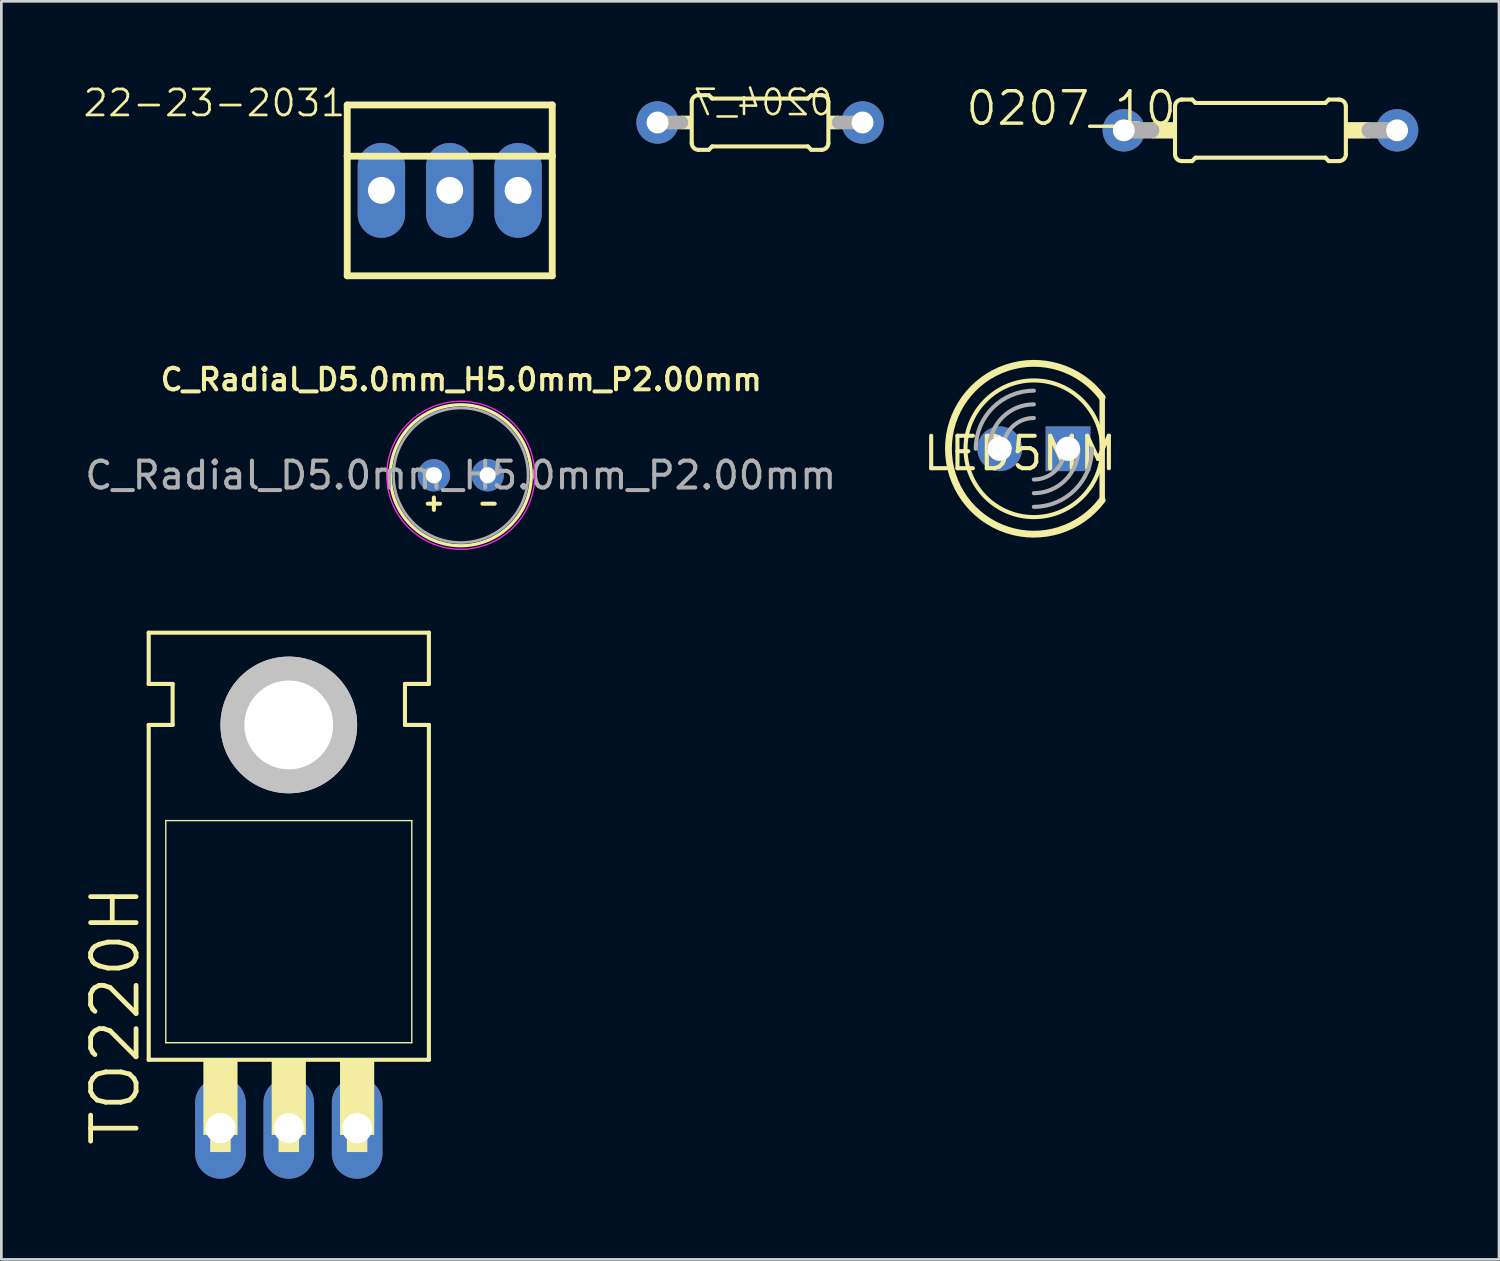
<source format=kicad_pcb>
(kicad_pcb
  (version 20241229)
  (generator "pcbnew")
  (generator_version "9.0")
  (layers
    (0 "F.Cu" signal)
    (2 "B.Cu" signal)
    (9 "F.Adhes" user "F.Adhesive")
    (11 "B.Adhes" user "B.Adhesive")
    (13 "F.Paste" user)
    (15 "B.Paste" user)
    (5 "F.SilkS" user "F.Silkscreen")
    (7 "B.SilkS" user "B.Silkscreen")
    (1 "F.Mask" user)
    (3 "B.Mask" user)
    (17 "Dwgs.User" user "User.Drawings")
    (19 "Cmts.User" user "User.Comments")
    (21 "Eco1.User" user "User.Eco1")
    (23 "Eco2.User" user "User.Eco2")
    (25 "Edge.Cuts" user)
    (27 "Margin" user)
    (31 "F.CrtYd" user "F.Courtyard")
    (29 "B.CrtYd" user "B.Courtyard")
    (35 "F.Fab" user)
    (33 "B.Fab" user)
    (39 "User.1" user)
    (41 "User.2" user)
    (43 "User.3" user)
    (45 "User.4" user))
  (footprint "22-23-2031"
    (layer "F.Cu")
    (at 13.666 4.026)
    (property "Reference" "22-23-2031" (at -3.81 -3.81 0) (layer "F.SilkS") (effects (font (size 0.965 0.965) (thickness 0.102)) (justify right top)))
    (attr through_hole)
    (fp_line (start -3.81 -3.175) (end 3.81 -3.175) (stroke (width 0.254) (type solid)) (layer "F.SilkS"))
    (fp_line (start -3.81 -1.27) (end -3.81 -3.175) (stroke (width 0.254) (type solid)) (layer "F.SilkS"))
    (fp_line (start -3.81 -1.27) (end 3.81 -1.27) (stroke (width 0.254) (type solid)) (layer "F.SilkS"))
    (fp_line (start -3.81 3.175) (end -3.81 -1.27) (stroke (width 0.254) (type solid)) (layer "F.SilkS"))
    (fp_line (start 3.81 -3.175) (end 3.81 -1.27) (stroke (width 0.254) (type solid)) (layer "F.SilkS"))
    (fp_line (start 3.81 -1.27) (end 3.81 3.175) (stroke (width 0.254) (type solid)) (layer "F.SilkS"))
    (fp_line (start 3.81 3.175) (end -3.81 3.175) (stroke (width 0.254) (type solid)) (layer "F.SilkS"))
    (pad "1" thru_hole oval (at -2.54 0 90) (size 3.524 1.762) (drill 1) (layers "*.Cu" "*.Mask"))
    (pad "2" thru_hole oval (at 0 0 90) (size 3.524 1.762) (drill 1) (layers "*.Cu" "*.Mask"))
    (pad "3" thru_hole oval (at 2.54 0 90) (size 3.524 1.762) (drill 1) (layers "*.Cu" "*.Mask")))
  (footprint "TO220H"
    (layer "F.Cu")
    (at 7.684 28.721)
    (property "Reference" "TO220H" (at -5.461 10.922 90) (layer "F.SilkS") (effects (font (size 1.689 1.689) (thickness 0.178)) (justify left bottom)))
    (attr through_hole)
    (fp_line (start -5.207 -6.35) (end -5.207 -8.255) (stroke (width 0.152) (type solid)) (layer "F.SilkS"))
    (fp_line (start -5.207 -4.826) (end -4.318 -4.826) (stroke (width 0.152) (type solid)) (layer "F.SilkS"))
    (fp_line (start -5.207 7.62) (end -5.207 -4.826) (stroke (width 0.152) (type solid)) (layer "F.SilkS"))
    (fp_line (start -5.207 7.62) (end 5.207 7.62) (stroke (width 0.152) (type solid)) (layer "F.SilkS"))
    (fp_line (start -4.572 6.985) (end -4.572 -1.27) (stroke (width 0.051) (type solid)) (layer "F.SilkS"))
    (fp_line (start -4.572 6.985) (end 4.572 6.985) (stroke (width 0.051) (type solid)) (layer "F.SilkS"))
    (fp_line (start -4.318 -6.35) (end -5.207 -6.35) (stroke (width 0.152) (type solid)) (layer "F.SilkS"))
    (fp_line (start -4.318 -4.826) (end -4.318 -6.35) (stroke (width 0.152) (type solid)) (layer "F.SilkS"))
    (fp_line (start 4.318 -6.35) (end 5.207 -6.35) (stroke (width 0.152) (type solid)) (layer "F.SilkS"))
    (fp_line (start 4.318 -4.826) (end 4.318 -6.35) (stroke (width 0.152) (type solid)) (layer "F.SilkS"))
    (fp_line (start 4.572 -1.27) (end -4.572 -1.27) (stroke (width 0.051) (type solid)) (layer "F.SilkS"))
    (fp_line (start 4.572 -1.27) (end 4.572 6.985) (stroke (width 0.051) (type solid)) (layer "F.SilkS"))
    (fp_line (start 5.207 -8.255) (end -5.207 -8.255) (stroke (width 0.152) (type solid)) (layer "F.SilkS"))
    (fp_line (start 5.207 -6.35) (end 5.207 -8.255) (stroke (width 0.152) (type solid)) (layer "F.SilkS"))
    (fp_line (start 5.207 -4.826) (end 4.318 -4.826) (stroke (width 0.152) (type solid)) (layer "F.SilkS"))
    (fp_line (start 5.207 7.62) (end 5.207 -4.826) (stroke (width 0.152) (type solid)) (layer "F.SilkS"))
    (fp_circle (center 0 -4.826) (end 1.803 -4.826) (stroke (width 0.152) (type solid)) (fill no) (layer "F.SilkS"))
    (fp_poly (pts (xy -3.175 10.414) (xy -1.905 10.414) (xy -1.905 7.62) (xy -3.175 7.62)) (stroke (width 0) (type solid)) (fill yes) (layer "F.SilkS"))
    (fp_poly (pts (xy -2.921 11.049) (xy -2.159 11.049) (xy -2.159 10.414) (xy -2.921 10.414)) (stroke (width 0) (type solid)) (fill yes) (layer "F.SilkS"))
    (fp_poly (pts (xy -0.635 10.414) (xy 0.635 10.414) (xy 0.635 7.62) (xy -0.635 7.62)) (stroke (width 0) (type solid)) (fill yes) (layer "F.SilkS"))
    (fp_poly (pts (xy -0.381 11.049) (xy 0.381 11.049) (xy 0.381 10.414) (xy -0.381 10.414)) (stroke (width 0) (type solid)) (fill yes) (layer "F.SilkS"))
    (fp_poly (pts (xy 1.905 10.414) (xy 3.175 10.414) (xy 3.175 7.62) (xy 1.905 7.62)) (stroke (width 0) (type solid)) (fill yes) (layer "F.SilkS"))
    (fp_poly (pts (xy 2.159 11.049) (xy 2.921 11.049) (xy 2.921 10.414) (xy 2.159 10.414)) (stroke (width 0) (type solid)) (fill yes) (layer "F.SilkS"))
    (fp_circle (center 0 -4.826) (end 2.54 -4.826) (stroke (width 0) (type solid)) (fill yes) (layer "Dwgs.User"))
    (fp_circle (center 0 -4.826) (end 2.54 -4.826) (stroke (width 0) (type solid)) (fill yes) (layer "Dwgs.User"))
    (pad "" np_thru_hole circle (at 0 -4.826) (size 3.302 3.302) (drill 3.302) (layers "*.Cu" "*.Mask"))
    (pad "1" thru_hole oval (at -2.54 10.16 90) (size 3.759 1.88) (drill 1.118) (layers "*.Cu" "*.Mask"))
    (pad "2" thru_hole oval (at 0 10.16 90) (size 3.759 1.88) (drill 1.118) (layers "*.Cu" "*.Mask"))
    (pad "3" thru_hole oval (at 2.54 10.16 90) (size 3.759 1.88) (drill 1.118) (layers "*.Cu" "*.Mask")))
  (footprint "0204_7"
    (layer "F.Cu")
    (at 25.2 1.503)
    (property "Reference" "0204_7" (at -2.54 -1.295 180) (layer "F.SilkS") (effects (font (size 0.941 0.941) (thickness 0.094)) (justify right top mirror)))
    (attr through_hole)
    (fp_line (start -2.54 0.762) (end -2.54 -0.762) (stroke (width 0.152) (type solid)) (layer "F.SilkS"))
    (fp_line (start -2.286 -1.016) (end -1.905 -1.016) (stroke (width 0.152) (type solid)) (layer "F.SilkS"))
    (fp_line (start -2.286 1.016) (end -1.905 1.016) (stroke (width 0.152) (type solid)) (layer "F.SilkS"))
    (fp_line (start -1.778 -0.889) (end -1.905 -1.016) (stroke (width 0.152) (type solid)) (layer "F.SilkS"))
    (fp_line (start -1.778 0.889) (end -1.905 1.016) (stroke (width 0.152) (type solid)) (layer "F.SilkS"))
    (fp_line (start 1.778 -0.889) (end -1.778 -0.889) (stroke (width 0.152) (type solid)) (layer "F.SilkS"))
    (fp_line (start 1.778 -0.889) (end 1.905 -1.016) (stroke (width 0.152) (type solid)) (layer "F.SilkS"))
    (fp_line (start 1.778 0.889) (end -1.778 0.889) (stroke (width 0.152) (type solid)) (layer "F.SilkS"))
    (fp_line (start 1.778 0.889) (end 1.905 1.016) (stroke (width 0.152) (type solid)) (layer "F.SilkS"))
    (fp_line (start 2.286 -1.016) (end 1.905 -1.016) (stroke (width 0.152) (type solid)) (layer "F.SilkS"))
    (fp_line (start 2.286 1.016) (end 1.905 1.016) (stroke (width 0.152) (type solid)) (layer "F.SilkS"))
    (fp_line (start 2.54 0.762) (end 2.54 -0.762) (stroke (width 0.152) (type solid)) (layer "F.SilkS"))
    (fp_arc (start -2.54 -0.762) (mid -2.465605 -0.941605) (end -2.286 -1.016) (stroke (width 0.1524) (type solid)) (layer "F.SilkS"))
    (fp_arc (start -2.286 1.016) (mid -2.465605 0.941605) (end -2.54 0.762) (stroke (width 0.1524) (type solid)) (layer "F.SilkS"))
    (fp_arc (start 2.286 -1.016) (mid 2.465605 -0.941605) (end 2.54 -0.762) (stroke (width 0.1524) (type solid)) (layer "F.SilkS"))
    (fp_arc (start 2.54 0.762) (mid 2.465605 0.941605) (end 2.286 1.016) (stroke (width 0.1524) (type solid)) (layer "F.SilkS"))
    (fp_poly (pts (xy -2.921 0.254) (xy -2.54 0.254) (xy -2.54 -0.254) (xy -2.921 -0.254)) (stroke (width 0) (type solid)) (fill yes) (layer "F.SilkS"))
    (fp_poly (pts (xy 2.54 0.254) (xy 2.921 0.254) (xy 2.921 -0.254) (xy 2.54 -0.254)) (stroke (width 0) (type solid)) (fill yes) (layer "F.SilkS"))
    (fp_line (start -3.81 0) (end -2.921 0) (stroke (width 0.508) (type solid)) (layer "F.Fab"))
    (fp_line (start 3.81 0) (end 2.921 0) (stroke (width 0.508) (type solid)) (layer "F.Fab"))
    (pad "1" thru_hole circle (at -3.81 0) (size 1.575 1.575) (drill 0.813) (layers "*.Cu" "*.Mask"))
    (pad "2" thru_hole circle (at 3.81 0) (size 1.575 1.575) (drill 0.813) (layers "*.Cu" "*.Mask")))
  (footprint "LED5MM"
    (layer "F.Cu")
    (at 35.377 13.63)
    (property "Reference" "LED5MM" (at 3.175 -0.533 0) (layer "F.SilkS") (effects (font (size 1.206 1.206) (thickness 0.152)) (justify right top)))
    (attr through_hole)
    (fp_line (start 2.54 1.905) (end 2.54 -1.905) (stroke (width 0.203) (type solid)) (layer "F.SilkS"))
    (fp_arc (start 2.54 1.905) (mid -3.175 0) (end 2.54 -1.905) (stroke (width 0.254) (type solid)) (layer "F.SilkS"))
    (fp_circle (center 0 0) (end 2.54 0) (stroke (width 0.152) (type solid)) (fill no) (layer "F.SilkS"))
    (fp_arc (start -2.159 0) (mid -1.526644 -1.526644) (end 0 -2.159) (stroke (width 0.1524) (type solid)) (layer "F.Fab"))
    (fp_arc (start -1.651 0) (mid -1.167433 -1.167433) (end 0 -1.651) (stroke (width 0.1524) (type solid)) (layer "F.Fab"))
    (fp_arc (start -1.143 0) (mid -0.808223 -0.808223) (end 0 -1.143) (stroke (width 0.1524) (type solid)) (layer "F.Fab"))
    (fp_arc (start 1.143 0) (mid 0.808223 0.808223) (end 0 1.143) (stroke (width 0.1524) (type solid)) (layer "F.Fab"))
    (fp_arc (start 1.651 0) (mid 1.167433 1.167433) (end 0 1.651) (stroke (width 0.1524) (type solid)) (layer "F.Fab"))
    (fp_arc (start 2.159 0) (mid 1.526644 1.526644) (end 0 2.159) (stroke (width 0.1524) (type solid)) (layer "F.Fab"))
    (pad "A" thru_hole circle (at -1.27 0) (size 1.662 1.662) (drill 0.9) (layers "*.Cu" "*.Mask"))
    (pad "K" thru_hole rect (at 1.27 0) (size 1.662 1.662) (drill 0.9) (layers "*.Cu" "*.Mask")))
  (footprint "C_Radial_D5.0mm_H5.0mm_P2.00mm"
    (layer "F.Cu")
    (at 14.093 14.615)
    (property "Reference" "C_Radial_D5.0mm_H5.0mm_P2.00mm" (at 0 -3.556 0) (layer "F.SilkS") (effects (font (size 0.8 0.8) (thickness 0.15))))
    (attr through_hole)
    (fp_circle (center -0.016 0) (end 2.604 0) (stroke (width 0.12) (type solid)) (fill no) (layer "F.SilkS"))
    (fp_circle (center -0.016 0) (end 2.734 0) (stroke (width 0.05) (type solid)) (fill no) (layer "F.CrtYd"))
    (fp_circle (center -0.016 0) (end 2.484 0) (stroke (width 0.1) (type solid)) (fill no) (layer "F.Fab"))
    (fp_text user "-" (at 1.016 1.016 0) (layer "F.SilkS") (effects (font (size 0.6 0.6) (thickness 0.15))))
    (fp_text user "+" (at -1.016 1.016 0) (layer "F.SilkS") (effects (font (size 0.6 0.6) (thickness 0.15))))
    (fp_text user "${REFERENCE}" (at -0.016 0 0) (layer "F.Fab") (effects (font (size 1 1) (thickness 0.15))))
    (pad "+" thru_hole circle (at -1.016 0) (size 1.2 1.2) (drill 0.6) (layers "*.Cu" "*.Mask"))
    (pad "-" thru_hole circle (at 0.984 0) (size 1.2 1.2) (drill 0.6) (layers "*.Cu" "*.Mask")))
  (footprint "0207_10"
    (layer "F.Cu")
    (at 43.799 1.794)
    (property "Reference" "0207_10" (at -3.048 -1.524 0) (layer "F.SilkS") (effects (font (size 1.206 1.206) (thickness 0.127)) (justify right top)))
    (attr through_hole)
    (fp_line (start -3.175 0.889) (end -3.175 -0.889) (stroke (width 0.152) (type solid)) (layer "F.SilkS"))
    (fp_line (start -2.921 -1.143) (end -2.54 -1.143) (stroke (width 0.152) (type solid)) (layer "F.SilkS"))
    (fp_line (start -2.921 1.143) (end -2.54 1.143) (stroke (width 0.152) (type solid)) (layer "F.SilkS"))
    (fp_line (start -2.413 -1.016) (end -2.54 -1.143) (stroke (width 0.152) (type solid)) (layer "F.SilkS"))
    (fp_line (start -2.413 1.016) (end -2.54 1.143) (stroke (width 0.152) (type solid)) (layer "F.SilkS"))
    (fp_line (start 2.413 -1.016) (end -2.413 -1.016) (stroke (width 0.152) (type solid)) (layer "F.SilkS"))
    (fp_line (start 2.413 -1.016) (end 2.54 -1.143) (stroke (width 0.152) (type solid)) (layer "F.SilkS"))
    (fp_line (start 2.413 1.016) (end -2.413 1.016) (stroke (width 0.152) (type solid)) (layer "F.SilkS"))
    (fp_line (start 2.413 1.016) (end 2.54 1.143) (stroke (width 0.152) (type solid)) (layer "F.SilkS"))
    (fp_line (start 2.921 -1.143) (end 2.54 -1.143) (stroke (width 0.152) (type solid)) (layer "F.SilkS"))
    (fp_line (start 2.921 1.143) (end 2.54 1.143) (stroke (width 0.152) (type solid)) (layer "F.SilkS"))
    (fp_line (start 3.175 0.889) (end 3.175 -0.889) (stroke (width 0.152) (type solid)) (layer "F.SilkS"))
    (fp_arc (start -3.175 -0.889) (mid -3.100605 -1.068605) (end -2.921 -1.143) (stroke (width 0.1524) (type solid)) (layer "F.SilkS"))
    (fp_arc (start -2.921 1.143) (mid -3.100605 1.068605) (end -3.175 0.889) (stroke (width 0.1524) (type solid)) (layer "F.SilkS"))
    (fp_arc (start 2.921 -1.143) (mid 3.100605 -1.068605) (end 3.175 -0.889) (stroke (width 0.1524) (type solid)) (layer "F.SilkS"))
    (fp_arc (start 3.175 0.889) (mid 3.100605 1.068605) (end 2.921 1.143) (stroke (width 0.1524) (type solid)) (layer "F.SilkS"))
    (fp_poly (pts (xy -4.039 0.305) (xy -3.175 0.305) (xy -3.175 -0.305) (xy -4.039 -0.305)) (stroke (width 0) (type solid)) (fill yes) (layer "F.SilkS"))
    (fp_poly (pts (xy 3.175 0.305) (xy 4.039 0.305) (xy 4.039 -0.305) (xy 3.175 -0.305)) (stroke (width 0) (type solid)) (fill yes) (layer "F.SilkS"))
    (fp_line (start -5.08 0) (end -4.064 0) (stroke (width 0.61) (type solid)) (layer "F.Fab"))
    (fp_line (start 5.08 0) (end 4.064 0) (stroke (width 0.61) (type solid)) (layer "F.Fab"))
    (pad "1" thru_hole circle (at -5.08 0) (size 1.575 1.575) (drill 0.813) (layers "*.Cu" "*.Mask"))
    (pad "2" thru_hole circle (at 5.08 0) (size 1.575 1.575) (drill 0.813) (layers "*.Cu" "*.Mask")))
  (gr_rect
    (start -3 -3)
    (end 52.666 43.761)
    (stroke (width 0.1) (type default))
    (fill no)
    (layer "Edge.Cuts")))
</source>
